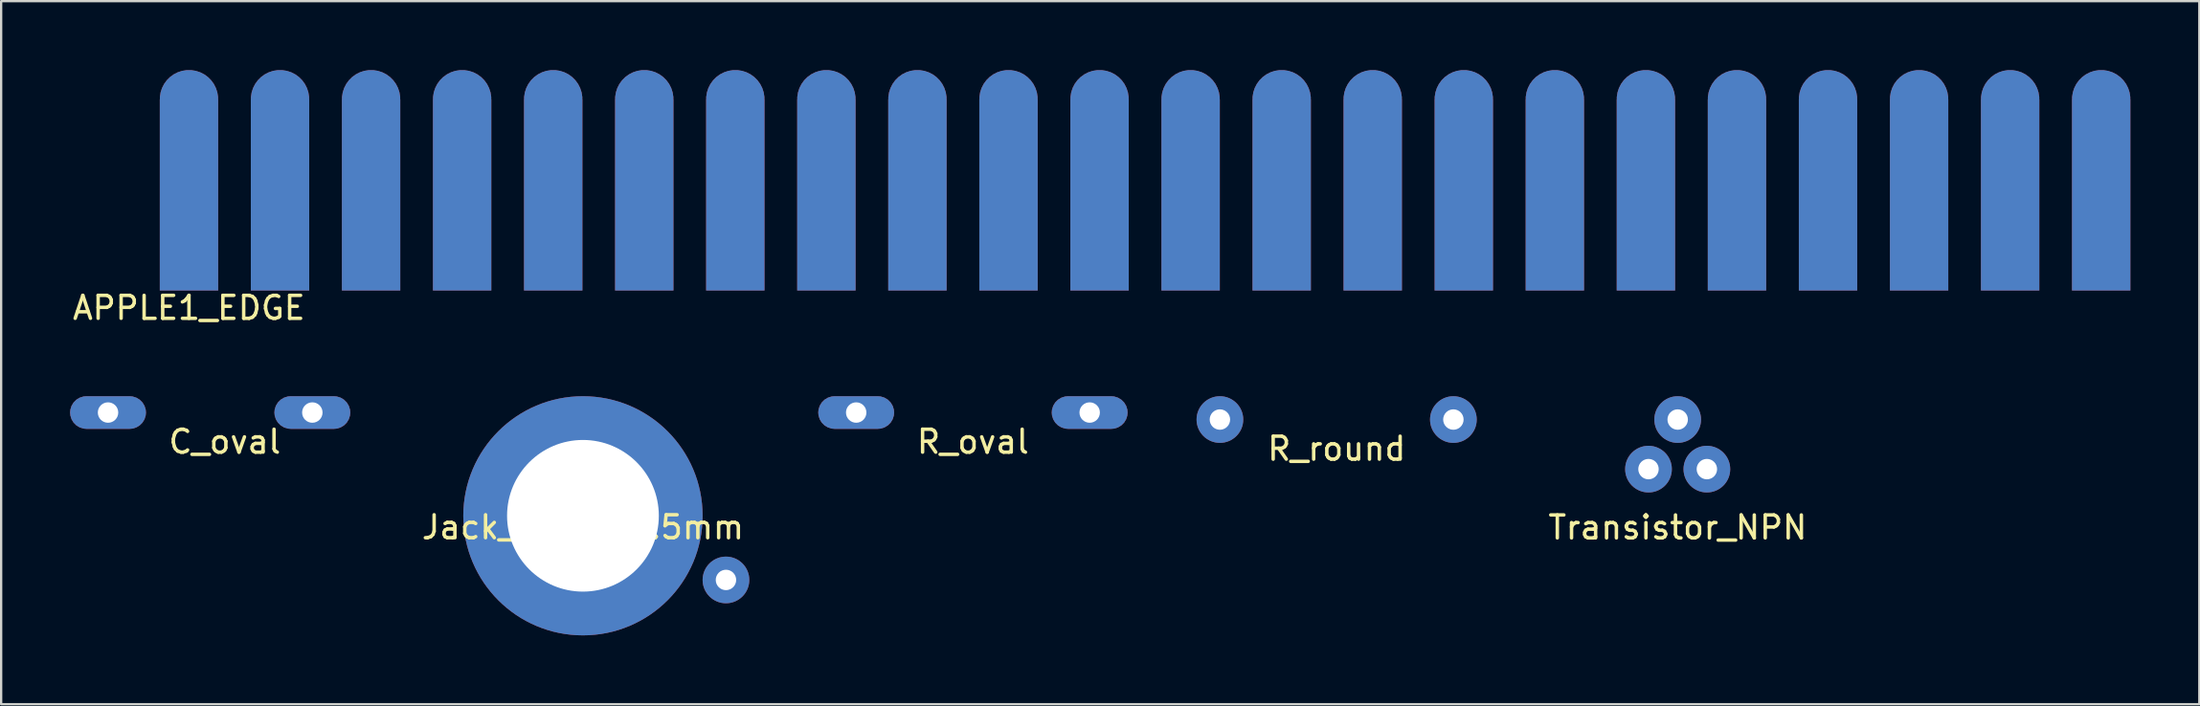
<source format=kicad_pcb>
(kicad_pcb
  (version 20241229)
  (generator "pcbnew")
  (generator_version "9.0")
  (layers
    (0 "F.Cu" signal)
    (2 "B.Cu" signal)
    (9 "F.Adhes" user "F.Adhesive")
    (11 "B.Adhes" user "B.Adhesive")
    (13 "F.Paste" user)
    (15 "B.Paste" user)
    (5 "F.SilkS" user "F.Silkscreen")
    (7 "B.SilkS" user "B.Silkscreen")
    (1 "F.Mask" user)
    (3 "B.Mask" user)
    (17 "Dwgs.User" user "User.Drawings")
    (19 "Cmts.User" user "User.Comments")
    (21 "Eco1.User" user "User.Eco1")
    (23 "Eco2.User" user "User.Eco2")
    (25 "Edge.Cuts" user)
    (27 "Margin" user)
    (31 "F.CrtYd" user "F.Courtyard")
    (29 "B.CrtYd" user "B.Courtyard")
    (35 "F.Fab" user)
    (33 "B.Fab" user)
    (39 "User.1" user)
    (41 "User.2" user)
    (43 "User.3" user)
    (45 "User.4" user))
  (footprint "C_oval"
    (layer "F.Cu")
    (at 1.651 14.915)
    (property "Reference" "C_oval" (at 5.08 1.27 0) (layer "F.SilkS") (effects (font (size 1 1) (thickness 0.15))))
    (attr through_hole)
    (pad "1" thru_hole roundrect (at 0 0) (size 3.302 1.422) (drill 0.889) (layers "*.Cu" "*.Mask") (roundrect_rratio 0.5))
    (pad "2" thru_hole roundrect (at 8.89 0) (size 3.302 1.422) (drill 0.889) (layers "*.Cu" "*.Mask") (roundrect_rratio 0.5)))
  (footprint "R_round"
    (layer "F.Cu")
    (at 50.034 15.22)
    (property "Reference" "R_round" (at 5.08 1.27 0) (layer "F.SilkS") (effects (font (size 1 1) (thickness 0.15))))
    (attr through_hole)
    (pad "1" thru_hole circle (at 0 0) (size 2.032 2.032) (drill 0.889) (layers "*.Cu" "*.Mask"))
    (pad "2" thru_hole circle (at 10.16 0) (size 2.032 2.032) (drill 0.889) (layers "*.Cu" "*.Mask")))
  (footprint "APPLE1_EDGE"
    (layer "F.Cu")
    (at 5.173 9.856)
    (property "Reference" "APPLE1_EDGE" (at 0 0.5 0) (layer "F.SilkS") (effects (font (size 1 1) (thickness 0.15))))
    (attr through_hole)
    (pad "1" smd custom (at 0 -4.42) (size 2.54 8.331) (layers "F.Cu") (options (anchor rect)) (primitives (gr_circle (center 0 -4.166) (end 1.27 -4.166) (width 0) (fill yes))))
    (pad "2" smd custom (at 3.962 -4.42) (size 2.54 8.331) (layers "F.Cu") (options (anchor rect)) (primitives (gr_circle (center 0 -4.166) (end 1.27 -4.166) (width 0) (fill yes))))
    (pad "3" smd custom (at 7.925 -4.42) (size 2.54 8.331) (layers "F.Cu") (options (anchor rect)) (primitives (gr_circle (center 0 -4.166) (end 1.27 -4.166) (width 0) (fill yes))))
    (pad "4" smd custom (at 11.887 -4.42) (size 2.54 8.331) (layers "F.Cu") (options (anchor rect)) (primitives (gr_circle (center 0 -4.166) (end 1.27 -4.166) (width 0) (fill yes))))
    (pad "5" smd custom (at 15.85 -4.42) (size 2.54 8.331) (layers "F.Cu") (options (anchor rect)) (primitives (gr_circle (center 0 -4.166) (end 1.27 -4.166) (width 0) (fill yes))))
    (pad "6" smd custom (at 19.812 -4.42) (size 2.54 8.331) (layers "F.Cu") (options (anchor rect)) (primitives (gr_circle (center 0 -4.166) (end 1.27 -4.166) (width 0) (fill yes))))
    (pad "7" smd custom (at 23.774 -4.42) (size 2.54 8.331) (layers "F.Cu") (options (anchor rect)) (primitives (gr_circle (center 0 -4.166) (end 1.27 -4.166) (width 0) (fill yes))))
    (pad "8" smd custom (at 27.737 -4.42) (size 2.54 8.331) (layers "F.Cu") (options (anchor rect)) (primitives (gr_circle (center 0 -4.166) (end 1.27 -4.166) (width 0) (fill yes))))
    (pad "9" smd custom (at 31.699 -4.42) (size 2.54 8.331) (layers "F.Cu") (options (anchor rect)) (primitives (gr_circle (center 0 -4.166) (end 1.27 -4.166) (width 0) (fill yes))))
    (pad "10" smd custom (at 35.662 -4.42) (size 2.54 8.331) (layers "F.Cu") (options (anchor rect)) (primitives (gr_circle (center 0 -4.166) (end 1.27 -4.166) (width 0) (fill yes))))
    (pad "11" smd custom (at 39.624 -4.42) (size 2.54 8.331) (layers "F.Cu") (options (anchor rect)) (primitives (gr_circle (center 0 -4.166) (end 1.27 -4.166) (width 0) (fill yes))))
    (pad "12" smd custom (at 43.586 -4.42) (size 2.54 8.331) (layers "F.Cu") (options (anchor rect)) (primitives (gr_circle (center 0 -4.166) (end 1.27 -4.166) (width 0) (fill yes))))
    (pad "13" smd custom (at 47.549 -4.42) (size 2.54 8.331) (layers "F.Cu") (options (anchor rect)) (primitives (gr_circle (center 0 -4.166) (end 1.27 -4.166) (width 0) (fill yes))))
    (pad "14" smd custom (at 51.511 -4.42) (size 2.54 8.331) (layers "F.Cu") (options (anchor rect)) (primitives (gr_circle (center 0 -4.166) (end 1.27 -4.166) (width 0) (fill yes))))
    (pad "15" smd custom (at 55.474 -4.42) (size 2.54 8.331) (layers "F.Cu") (options (anchor rect)) (primitives (gr_circle (center 0 -4.166) (end 1.27 -4.166) (width 0) (fill yes))))
    (pad "16" smd custom (at 59.436 -4.42) (size 2.54 8.331) (layers "F.Cu") (options (anchor rect)) (primitives (gr_circle (center 0 -4.166) (end 1.27 -4.166) (width 0) (fill yes))))
    (pad "17" smd custom (at 63.398 -4.42) (size 2.54 8.331) (layers "F.Cu") (options (anchor rect)) (primitives (gr_circle (center 0 -4.166) (end 1.27 -4.166) (width 0) (fill yes))))
    (pad "18" smd custom (at 67.361 -4.42) (size 2.54 8.331) (layers "F.Cu") (options (anchor rect)) (primitives (gr_circle (center 0 -4.166) (end 1.27 -4.166) (width 0) (fill yes))))
    (pad "19" smd custom (at 71.323 -4.42) (size 2.54 8.331) (layers "F.Cu") (options (anchor rect)) (primitives (gr_circle (center 0 -4.166) (end 1.27 -4.166) (width 0) (fill yes))))
    (pad "20" smd custom (at 75.286 -4.42) (size 2.54 8.331) (layers "F.Cu") (options (anchor rect)) (primitives (gr_circle (center 0 -4.166) (end 1.27 -4.166) (width 0) (fill yes))))
    (pad "21" smd custom (at 79.248 -4.42) (size 2.54 8.331) (layers "F.Cu") (options (anchor rect)) (primitives (gr_circle (center 0 -4.166) (end 1.27 -4.166) (width 0) (fill yes))))
    (pad "22" smd custom (at 83.21 -4.42) (size 2.54 8.331) (layers "F.Cu") (options (anchor rect)) (primitives (gr_circle (center 0 -4.166) (end 1.27 -4.166) (width 0) (fill yes))))
    (pad "A" smd custom (at 0 -4.42) (size 2.54 8.331) (layers "B.Cu") (options (anchor rect)) (primitives (gr_circle (center 0 -4.166) (end 1.27 -4.166) (width 0) (fill yes))))
    (pad "B" smd custom (at 3.962 -4.42) (size 2.54 8.331) (layers "B.Cu") (options (anchor rect)) (primitives (gr_circle (center 0 -4.166) (end 1.27 -4.166) (width 0) (fill yes))))
    (pad "C" smd custom (at 7.925 -4.42) (size 2.54 8.331) (layers "B.Cu") (options (anchor rect)) (primitives (gr_circle (center 0 -4.166) (end 1.27 -4.166) (width 0) (fill yes))))
    (pad "D" smd custom (at 11.887 -4.42) (size 2.54 8.331) (layers "B.Cu") (options (anchor rect)) (primitives (gr_circle (center 0 -4.166) (end 1.27 -4.166) (width 0) (fill yes))))
    (pad "E" smd custom (at 15.85 -4.42) (size 2.54 8.331) (layers "B.Cu") (options (anchor rect)) (primitives (gr_circle (center 0 -4.166) (end 1.27 -4.166) (width 0) (fill yes))))
    (pad "F" smd custom (at 19.812 -4.42) (size 2.54 8.331) (layers "B.Cu") (options (anchor rect)) (primitives (gr_circle (center 0 -4.166) (end 1.27 -4.166) (width 0) (fill yes))))
    (pad "H" smd custom (at 23.774 -4.42) (size 2.54 8.331) (layers "B.Cu") (options (anchor rect)) (primitives (gr_circle (center 0 -4.166) (end 1.27 -4.166) (width 0) (fill yes))))
    (pad "J" smd custom (at 27.737 -4.42) (size 2.54 8.331) (layers "B.Cu") (options (anchor rect)) (primitives (gr_circle (center 0 -4.166) (end 1.27 -4.166) (width 0) (fill yes))))
    (pad "K" smd custom (at 31.699 -4.42) (size 2.54 8.331) (layers "B.Cu") (options (anchor rect)) (primitives (gr_circle (center 0 -4.166) (end 1.27 -4.166) (width 0) (fill yes))))
    (pad "L" smd custom (at 35.662 -4.42) (size 2.54 8.331) (layers "B.Cu") (options (anchor rect)) (primitives (gr_circle (center 0 -4.166) (end 1.27 -4.166) (width 0) (fill yes))))
    (pad "M" smd custom (at 39.624 -4.42) (size 2.54 8.331) (layers "B.Cu") (options (anchor rect)) (primitives (gr_circle (center 0 -4.166) (end 1.27 -4.166) (width 0) (fill yes))))
    (pad "N" smd custom (at 43.586 -4.42) (size 2.54 8.331) (layers "B.Cu") (options (anchor rect)) (primitives (gr_circle (center 0 -4.166) (end 1.27 -4.166) (width 0) (fill yes))))
    (pad "P" smd custom (at 47.549 -4.42) (size 2.54 8.331) (layers "B.Cu") (options (anchor rect)) (primitives (gr_circle (center 0 -4.166) (end 1.27 -4.166) (width 0) (fill yes))))
    (pad "R" smd custom (at 51.511 -4.42) (size 2.54 8.331) (layers "B.Cu") (options (anchor rect)) (primitives (gr_circle (center 0 -4.166) (end 1.27 -4.166) (width 0) (fill yes))))
    (pad "S" smd custom (at 55.474 -4.42) (size 2.54 8.331) (layers "B.Cu") (options (anchor rect)) (primitives (gr_circle (center 0 -4.166) (end 1.27 -4.166) (width 0) (fill yes))))
    (pad "T" smd custom (at 59.436 -4.42) (size 2.54 8.331) (layers "B.Cu") (options (anchor rect)) (primitives (gr_circle (center 0 -4.166) (end 1.27 -4.166) (width 0) (fill yes))))
    (pad "U" smd custom (at 63.398 -4.42) (size 2.54 8.331) (layers "B.Cu") (options (anchor rect)) (primitives (gr_circle (center 0 -4.166) (end 1.27 -4.166) (width 0) (fill yes))))
    (pad "V" smd custom (at 67.361 -4.42) (size 2.54 8.331) (layers "B.Cu") (options (anchor rect)) (primitives (gr_circle (center 0 -4.166) (end 1.27 -4.166) (width 0) (fill yes))))
    (pad "W" smd custom (at 71.323 -4.42) (size 2.54 8.331) (layers "B.Cu") (options (anchor rect)) (primitives (gr_circle (center 0 -4.166) (end 1.27 -4.166) (width 0) (fill yes))))
    (pad "X" smd custom (at 75.286 -4.42) (size 2.54 8.331) (layers "B.Cu") (options (anchor rect)) (primitives (gr_circle (center 0 -4.166) (end 1.27 -4.166) (width 0) (fill yes))))
    (pad "Y" smd custom (at 79.248 -4.42) (size 2.54 8.331) (layers "B.Cu") (options (anchor rect)) (primitives (gr_circle (center 0 -4.166) (end 1.27 -4.166) (width 0) (fill yes))))
    (pad "Z" smd custom (at 83.21 -4.42) (size 2.54 8.331) (layers "B.Cu") (options (anchor rect)) (primitives (gr_circle (center 0 -4.166) (end 1.27 -4.166) (width 0) (fill yes)))))
  (footprint "Jack_audio_3.5mm"
    (layer "F.Cu")
    (at 22.317 19.411)
    (property "Reference" "Jack_audio_3.5mm" (at 0 0.5 0) (layer "F.SilkS") (effects (font (size 1 1) (thickness 0.15))))
    (attr through_hole)
    (pad "1" thru_hole circle (at 6.223 2.794) (size 2.032 2.032) (drill 0.889) (layers "*.Cu" "*.Mask"))
    (pad "2" thru_hole circle (at 0 0) (size 10.414 10.414) (drill 6.604) (layers "*.Cu" "*.Mask")))
  (footprint "R_oval"
    (layer "F.Cu")
    (at 34.207 14.915)
    (property "Reference" "R_oval" (at 5.08 1.27 0) (layer "F.SilkS") (effects (font (size 1 1) (thickness 0.15))))
    (attr through_hole)
    (pad "1" thru_hole roundrect (at 0 0) (size 3.302 1.422) (drill 0.889) (layers "*.Cu" "*.Mask") (roundrect_rratio 0.5))
    (pad "2" thru_hole roundrect (at 10.16 0) (size 3.302 1.422) (drill 0.889) (layers "*.Cu" "*.Mask") (roundrect_rratio 0.5)))
  (footprint "Transistor_NPN"
    (layer "F.Cu")
    (at 69.954 17.379)
    (property "Reference" "Transistor_NPN" (at 0 2.54 0) (layer "F.SilkS") (effects (font (size 1 1) (thickness 0.15))))
    (attr through_hole)
    (pad "1" thru_hole circle (at 1.27 0) (size 2.032 2.032) (drill 0.889) (layers "*.Cu" "*.Mask"))
    (pad "2" thru_hole circle (at 0 -2.159) (size 2.032 2.032) (drill 0.889) (layers "*.Cu" "*.Mask"))
    (pad "3" thru_hole circle (at -1.27 0) (size 2.032 2.032) (drill 0.889) (layers "*.Cu" "*.Mask")))
  (gr_rect
    (start -3 -3)
    (end 92.653 27.618)
    (stroke (width 0.1) (type default))
    (fill no)
    (layer "Edge.Cuts")))
</source>
